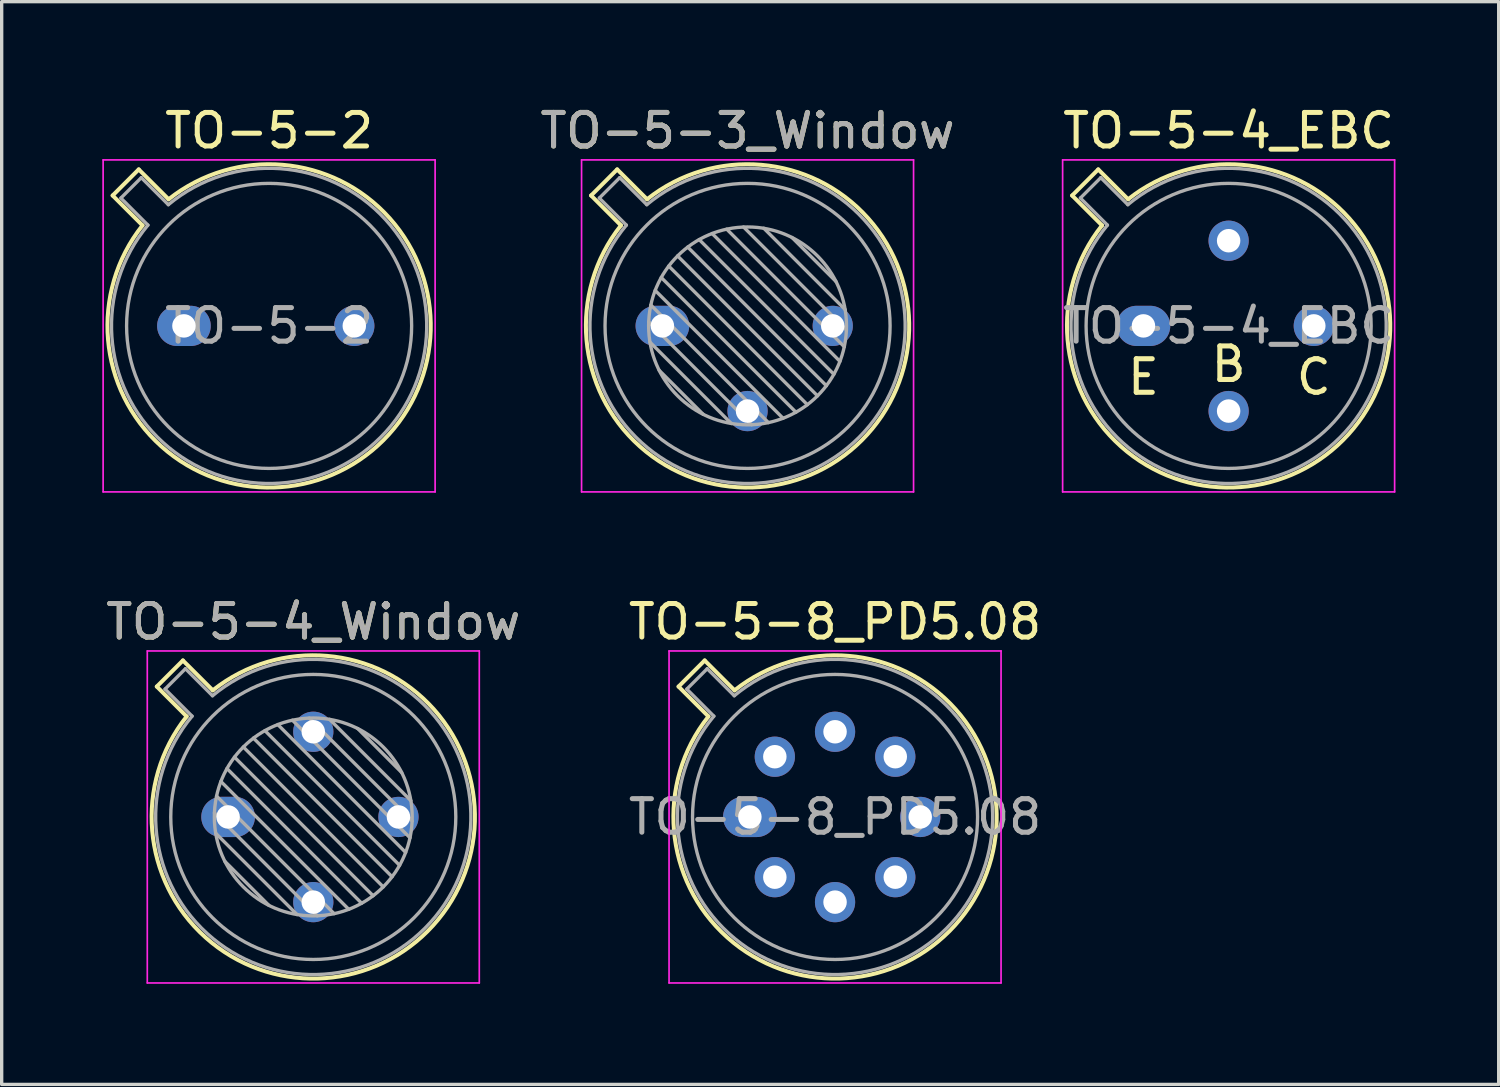
<source format=kicad_pcb>
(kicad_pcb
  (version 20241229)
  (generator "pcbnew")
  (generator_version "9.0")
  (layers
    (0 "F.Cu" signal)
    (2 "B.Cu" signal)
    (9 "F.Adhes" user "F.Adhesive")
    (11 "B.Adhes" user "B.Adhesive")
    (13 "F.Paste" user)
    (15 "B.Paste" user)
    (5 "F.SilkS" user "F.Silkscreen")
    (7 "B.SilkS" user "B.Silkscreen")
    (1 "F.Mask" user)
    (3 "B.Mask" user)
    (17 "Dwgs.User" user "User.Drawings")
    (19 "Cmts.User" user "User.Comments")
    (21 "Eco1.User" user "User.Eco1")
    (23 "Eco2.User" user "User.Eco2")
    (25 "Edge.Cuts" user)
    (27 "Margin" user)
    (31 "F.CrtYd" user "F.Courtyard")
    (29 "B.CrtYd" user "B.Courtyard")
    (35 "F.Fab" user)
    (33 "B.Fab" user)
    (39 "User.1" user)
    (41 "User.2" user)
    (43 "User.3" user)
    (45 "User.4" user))
  (footprint "TO-5-8_PD5.08"
    (layer "F.Cu")
    (at 19.311 21.311)
    (property "Reference" "TO-5-8_PD5.08" (at 2.54 -5.82 0) (layer "F.SilkS") (effects (font (size 1 1) (thickness 0.15))))
    (attr through_hole)
    (fp_line (start -2.126 -3.888) (end -1.235 -2.997) (stroke (width 0.12) (type solid)) (layer "F.SilkS"))
    (fp_line (start -1.348 -4.666) (end -2.126 -3.888) (stroke (width 0.12) (type solid)) (layer "F.SilkS"))
    (fp_line (start -0.457 -3.775) (end -1.348 -4.666) (stroke (width 0.12) (type solid)) (layer "F.SilkS"))
    (fp_arc (start -0.457084 -3.774902) (mid 5.948125 3.408384) (end -1.234674 -2.997371) (stroke (width 0.12) (type solid)) (layer "F.SilkS"))
    (fp_line (start -2.41 -4.95) (end -2.41 4.95) (stroke (width 0.05) (type solid)) (layer "F.CrtYd"))
    (fp_line (start -2.41 4.95) (end 7.49 4.95) (stroke (width 0.05) (type solid)) (layer "F.CrtYd"))
    (fp_line (start 7.49 -4.95) (end -2.41 -4.95) (stroke (width 0.05) (type solid)) (layer "F.CrtYd"))
    (fp_line (start 7.49 4.95) (end 7.49 -4.95) (stroke (width 0.05) (type solid)) (layer "F.CrtYd"))
    (fp_line (start -1.88 -3.812) (end -1.074 -3.005) (stroke (width 0.1) (type solid)) (layer "F.Fab"))
    (fp_line (start -1.272 -4.42) (end -1.88 -3.812) (stroke (width 0.1) (type solid)) (layer "F.Fab"))
    (fp_line (start -0.465 -3.614) (end -1.272 -4.42) (stroke (width 0.1) (type solid)) (layer "F.Fab"))
    (fp_arc (start -0.465408 -3.61352) (mid 5.863443 3.323361) (end -1.073594 -3.005319) (stroke (width 0.1) (type solid)) (layer "F.Fab"))
    (fp_circle (center 2.54 0) (end 6.79 0) (stroke (width 0.1) (type solid)) (fill no) (layer "F.Fab"))
    (fp_text user "${REFERENCE}" (at 2.54 0 0) (layer "F.Fab") (effects (font (size 1 1) (thickness 0.15))))
    (pad "1" thru_hole oval (at 0 0) (size 1.6 1.2) (drill 0.7) (layers "*.Cu" "*.Mask"))
    (pad "2" thru_hole oval (at 0.744 1.796) (size 1.2 1.2) (drill 0.7) (layers "*.Cu" "*.Mask"))
    (pad "3" thru_hole oval (at 2.54 2.54) (size 1.2 1.2) (drill 0.7) (layers "*.Cu" "*.Mask"))
    (pad "4" thru_hole oval (at 4.336 1.796) (size 1.2 1.2) (drill 0.7) (layers "*.Cu" "*.Mask"))
    (pad "5" thru_hole oval (at 5.08 0) (size 1.2 1.2) (drill 0.7) (layers "*.Cu" "*.Mask"))
    (pad "6" thru_hole oval (at 4.336 -1.796) (size 1.2 1.2) (drill 0.7) (layers "*.Cu" "*.Mask"))
    (pad "7" thru_hole oval (at 2.54 -2.54) (size 1.2 1.2) (drill 0.7) (layers "*.Cu" "*.Mask"))
    (pad "8" thru_hole oval (at 0.744 -1.796) (size 1.2 1.2) (drill 0.7) (layers "*.Cu" "*.Mask")))
  (footprint "TO-5-4_EBC"
    (layer "F.Cu")
    (at 31.047 6.668)
    (property "Reference" "TO-5-4_EBC" (at 2.54 -5.82 0) (layer "F.SilkS") (effects (font (size 1 1) (thickness 0.15))))
    (fp_line (start -2.126 -3.888) (end -1.235 -2.997) (stroke (width 0.12) (type solid)) (layer "F.SilkS"))
    (fp_line (start -1.348 -4.666) (end -2.126 -3.888) (stroke (width 0.12) (type solid)) (layer "F.SilkS"))
    (fp_line (start -0.457 -3.775) (end -1.348 -4.666) (stroke (width 0.12) (type solid)) (layer "F.SilkS"))
    (fp_arc (start -0.457084 -3.774902) (mid 5.948125 3.408384) (end -1.234674 -2.997371) (stroke (width 0.12) (type solid)) (layer "F.SilkS"))
    (fp_line (start -2.41 -4.95) (end -2.41 4.95) (stroke (width 0.05) (type solid)) (layer "F.CrtYd"))
    (fp_line (start -2.41 4.95) (end 7.49 4.95) (stroke (width 0.05) (type solid)) (layer "F.CrtYd"))
    (fp_line (start 7.49 -4.95) (end -2.41 -4.95) (stroke (width 0.05) (type solid)) (layer "F.CrtYd"))
    (fp_line (start 7.49 4.95) (end 7.49 -4.95) (stroke (width 0.05) (type solid)) (layer "F.CrtYd"))
    (fp_line (start -1.88 -3.812) (end -1.074 -3.005) (stroke (width 0.1) (type solid)) (layer "F.Fab"))
    (fp_line (start -1.272 -4.42) (end -1.88 -3.812) (stroke (width 0.1) (type solid)) (layer "F.Fab"))
    (fp_line (start -0.465 -3.614) (end -1.272 -4.42) (stroke (width 0.1) (type solid)) (layer "F.Fab"))
    (fp_arc (start -0.465408 -3.61352) (mid 5.863443 3.323361) (end -1.073594 -3.005319) (stroke (width 0.1) (type solid)) (layer "F.Fab"))
    (fp_circle (center 2.54 0) (end 6.79 0) (stroke (width 0.1) (type solid)) (fill no) (layer "F.Fab"))
    (fp_text user "B" (at 2.54 1.143 0) (unlocked yes) (layer "F.SilkS") (effects (font (size 1 1) (thickness 0.15))))
    (fp_text user "C" (at 5.08 1.524 0) (unlocked yes) (layer "F.SilkS") (effects (font (size 1 1) (thickness 0.15))))
    (fp_text user "E" (at 0 1.524 0) (unlocked yes) (layer "F.SilkS") (effects (font (size 1 1) (thickness 0.15))))
    (fp_text user "${REFERENCE}" (at 2.54 0 0) (layer "F.Fab") (effects (font (size 1 1) (thickness 0.15))))
    (pad "1" thru_hole oval (at 0 0) (size 1.6 1.2) (drill 0.7) (layers "*.Cu" "*.Mask"))
    (pad "2" thru_hole oval (at 2.54 2.54) (size 1.2 1.2) (drill 0.7) (layers "*.Cu" "*.Mask"))
    (pad "3" thru_hole oval (at 5.08 0) (size 1.2 1.2) (drill 0.7) (layers "*.Cu" "*.Mask"))
    (pad "4" thru_hole oval (at 2.54 -2.54) (size 1.2 1.2) (drill 0.7) (layers "*.Cu" "*.Mask")))
  (footprint "TO-5-2"
    (layer "F.Cu")
    (at 2.435 6.668)
    (property "Reference" "TO-5-2" (at 2.54 -5.82 0) (layer "F.SilkS") (effects (font (size 1 1) (thickness 0.15))))
    (attr through_hole)
    (fp_line (start -2.126 -3.888) (end -1.235 -2.997) (stroke (width 0.12) (type solid)) (layer "F.SilkS"))
    (fp_line (start -1.348 -4.666) (end -2.126 -3.888) (stroke (width 0.12) (type solid)) (layer "F.SilkS"))
    (fp_line (start -0.457 -3.775) (end -1.348 -4.666) (stroke (width 0.12) (type solid)) (layer "F.SilkS"))
    (fp_arc (start -0.457084 -3.774902) (mid 5.948125 3.408384) (end -1.234674 -2.997371) (stroke (width 0.12) (type solid)) (layer "F.SilkS"))
    (fp_line (start -2.41 -4.95) (end -2.41 4.95) (stroke (width 0.05) (type solid)) (layer "F.CrtYd"))
    (fp_line (start -2.41 4.95) (end 7.49 4.95) (stroke (width 0.05) (type solid)) (layer "F.CrtYd"))
    (fp_line (start 7.49 -4.95) (end -2.41 -4.95) (stroke (width 0.05) (type solid)) (layer "F.CrtYd"))
    (fp_line (start 7.49 4.95) (end 7.49 -4.95) (stroke (width 0.05) (type solid)) (layer "F.CrtYd"))
    (fp_line (start -1.88 -3.812) (end -1.074 -3.005) (stroke (width 0.1) (type solid)) (layer "F.Fab"))
    (fp_line (start -1.272 -4.42) (end -1.88 -3.812) (stroke (width 0.1) (type solid)) (layer "F.Fab"))
    (fp_line (start -0.465 -3.614) (end -1.272 -4.42) (stroke (width 0.1) (type solid)) (layer "F.Fab"))
    (fp_arc (start -0.465408 -3.61352) (mid 5.863443 3.323361) (end -1.073594 -3.005319) (stroke (width 0.1) (type solid)) (layer "F.Fab"))
    (fp_circle (center 2.54 0) (end 6.79 0) (stroke (width 0.1) (type solid)) (fill no) (layer "F.Fab"))
    (fp_text user "${REFERENCE}" (at 2.54 0 0) (layer "F.Fab") (effects (font (size 1 1) (thickness 0.15))))
    (pad "1" thru_hole oval (at 0 0) (size 1.6 1.2) (drill 0.7) (layers "*.Cu" "*.Mask"))
    (pad "2" thru_hole oval (at 5.08 0) (size 1.2 1.2) (drill 0.7) (layers "*.Cu" "*.Mask")))
  (footprint "TO-5-4_Window"
    (layer "F.Cu")
    (at 3.752 21.311)
    (property "Reference" "TO-5-4_Window" (at 2.54 -5.82 0) (layer "F.SilkS") (effects (font (size 1 1) (thickness 0.15))))
    (attr through_hole)
    (fp_line (start -2.126 -3.888) (end -1.235 -2.997) (stroke (width 0.12) (type solid)) (layer "F.SilkS"))
    (fp_line (start -1.348 -4.666) (end -2.126 -3.888) (stroke (width 0.12) (type solid)) (layer "F.SilkS"))
    (fp_line (start -0.457 -3.775) (end -1.348 -4.666) (stroke (width 0.12) (type solid)) (layer "F.SilkS"))
    (fp_arc (start -0.457084 -3.774902) (mid 5.948125 3.408384) (end -1.234674 -2.997371) (stroke (width 0.12) (type solid)) (layer "F.SilkS"))
    (fp_line (start -2.41 -4.95) (end -2.41 4.95) (stroke (width 0.05) (type solid)) (layer "F.CrtYd"))
    (fp_line (start -2.41 4.95) (end 7.49 4.95) (stroke (width 0.05) (type solid)) (layer "F.CrtYd"))
    (fp_line (start 7.49 -4.95) (end -2.41 -4.95) (stroke (width 0.05) (type solid)) (layer "F.CrtYd"))
    (fp_line (start 7.49 4.95) (end 7.49 -4.95) (stroke (width 0.05) (type solid)) (layer "F.CrtYd"))
    (fp_line (start -1.88 -3.812) (end -1.074 -3.005) (stroke (width 0.1) (type solid)) (layer "F.Fab"))
    (fp_line (start -1.272 -4.42) (end -1.88 -3.812) (stroke (width 0.1) (type solid)) (layer "F.Fab"))
    (fp_line (start -0.465 -3.614) (end -1.272 -4.42) (stroke (width 0.1) (type solid)) (layer "F.Fab"))
    (fp_line (start -0.408 -0.12) (end 2.66 2.948) (stroke (width 0.1) (type solid)) (layer "F.Fab"))
    (fp_line (start -0.371 0.485) (end 2.055 2.911) (stroke (width 0.1) (type solid)) (layer "F.Fab"))
    (fp_line (start -0.344 -0.622) (end 3.162 2.884) (stroke (width 0.1) (type solid)) (layer "F.Fab"))
    (fp_line (start -0.215 -1.058) (end 3.598 2.755) (stroke (width 0.1) (type solid)) (layer "F.Fab"))
    (fp_line (start -0.097 1.324) (end 1.216 2.637) (stroke (width 0.1) (type solid)) (layer "F.Fab"))
    (fp_line (start -0.034 -1.443) (end 3.983 2.574) (stroke (width 0.1) (type solid)) (layer "F.Fab"))
    (fp_line (start 0.19 -1.784) (end 4.324 2.35) (stroke (width 0.1) (type solid)) (layer "F.Fab"))
    (fp_line (start 0.454 -2.086) (end 4.626 2.086) (stroke (width 0.1) (type solid)) (layer "F.Fab"))
    (fp_line (start 0.756 -2.35) (end 4.89 1.784) (stroke (width 0.1) (type solid)) (layer "F.Fab"))
    (fp_line (start 1.097 -2.574) (end 5.114 1.443) (stroke (width 0.1) (type solid)) (layer "F.Fab"))
    (fp_line (start 1.482 -2.755) (end 5.295 1.058) (stroke (width 0.1) (type solid)) (layer "F.Fab"))
    (fp_line (start 1.918 -2.884) (end 5.424 0.622) (stroke (width 0.1) (type solid)) (layer "F.Fab"))
    (fp_line (start 2.42 -2.948) (end 5.488 0.12) (stroke (width 0.1) (type solid)) (layer "F.Fab"))
    (fp_line (start 3.025 -2.911) (end 5.451 -0.485) (stroke (width 0.1) (type solid)) (layer "F.Fab"))
    (fp_line (start 3.864 -2.637) (end 5.177 -1.324) (stroke (width 0.1) (type solid)) (layer "F.Fab"))
    (fp_arc (start -0.465408 -3.61352) (mid 5.863443 3.323361) (end -1.073594 -3.005319) (stroke (width 0.1) (type solid)) (layer "F.Fab"))
    (fp_circle (center 2.54 0) (end 5.49 0) (stroke (width 0.1) (type solid)) (fill no) (layer "F.Fab"))
    (fp_circle (center 2.54 0) (end 6.79 0) (stroke (width 0.1) (type solid)) (fill no) (layer "F.Fab"))
    (fp_text user "${REFERENCE}" (at 2.54 -5.82 0) (layer "F.Fab") (effects (font (size 1 1) (thickness 0.15))))
    (pad "1" thru_hole oval (at 0 0) (size 1.6 1.2) (drill 0.7) (layers "*.Cu" "*.Mask"))
    (pad "2" thru_hole oval (at 2.54 2.54) (size 1.2 1.2) (drill 0.7) (layers "*.Cu" "*.Mask"))
    (pad "3" thru_hole oval (at 5.08 0) (size 1.2 1.2) (drill 0.7) (layers "*.Cu" "*.Mask"))
    (pad "4" thru_hole oval (at 2.54 -2.54) (size 1.2 1.2) (drill 0.7) (layers "*.Cu" "*.Mask")))
  (footprint "TO-5-3_Window"
    (layer "F.Cu")
    (at 16.702 6.668)
    (property "Reference" "TO-5-3_Window" (at 2.54 -5.82 0) (layer "F.SilkS") (effects (font (size 1 1) (thickness 0.15))))
    (attr through_hole)
    (fp_line (start -2.126 -3.888) (end -1.235 -2.997) (stroke (width 0.12) (type solid)) (layer "F.SilkS"))
    (fp_line (start -1.348 -4.666) (end -2.126 -3.888) (stroke (width 0.12) (type solid)) (layer "F.SilkS"))
    (fp_line (start -0.457 -3.775) (end -1.348 -4.666) (stroke (width 0.12) (type solid)) (layer "F.SilkS"))
    (fp_arc (start -0.457084 -3.774902) (mid 5.948125 3.408384) (end -1.234674 -2.997371) (stroke (width 0.12) (type solid)) (layer "F.SilkS"))
    (fp_line (start -2.41 -4.95) (end -2.41 4.95) (stroke (width 0.05) (type solid)) (layer "F.CrtYd"))
    (fp_line (start -2.41 4.95) (end 7.49 4.95) (stroke (width 0.05) (type solid)) (layer "F.CrtYd"))
    (fp_line (start 7.49 -4.95) (end -2.41 -4.95) (stroke (width 0.05) (type solid)) (layer "F.CrtYd"))
    (fp_line (start 7.49 4.95) (end 7.49 -4.95) (stroke (width 0.05) (type solid)) (layer "F.CrtYd"))
    (fp_line (start -1.88 -3.812) (end -1.074 -3.005) (stroke (width 0.1) (type solid)) (layer "F.Fab"))
    (fp_line (start -1.272 -4.42) (end -1.88 -3.812) (stroke (width 0.1) (type solid)) (layer "F.Fab"))
    (fp_line (start -0.465 -3.614) (end -1.272 -4.42) (stroke (width 0.1) (type solid)) (layer "F.Fab"))
    (fp_line (start -0.408 -0.12) (end 2.66 2.948) (stroke (width 0.1) (type solid)) (layer "F.Fab"))
    (fp_line (start -0.371 0.485) (end 2.055 2.911) (stroke (width 0.1) (type solid)) (layer "F.Fab"))
    (fp_line (start -0.344 -0.622) (end 3.162 2.884) (stroke (width 0.1) (type solid)) (layer "F.Fab"))
    (fp_line (start -0.215 -1.058) (end 3.598 2.755) (stroke (width 0.1) (type solid)) (layer "F.Fab"))
    (fp_line (start -0.097 1.324) (end 1.216 2.637) (stroke (width 0.1) (type solid)) (layer "F.Fab"))
    (fp_line (start -0.034 -1.443) (end 3.983 2.574) (stroke (width 0.1) (type solid)) (layer "F.Fab"))
    (fp_line (start 0.19 -1.784) (end 4.324 2.35) (stroke (width 0.1) (type solid)) (layer "F.Fab"))
    (fp_line (start 0.454 -2.086) (end 4.626 2.086) (stroke (width 0.1) (type solid)) (layer "F.Fab"))
    (fp_line (start 0.756 -2.35) (end 4.89 1.784) (stroke (width 0.1) (type solid)) (layer "F.Fab"))
    (fp_line (start 1.097 -2.574) (end 5.114 1.443) (stroke (width 0.1) (type solid)) (layer "F.Fab"))
    (fp_line (start 1.482 -2.755) (end 5.295 1.058) (stroke (width 0.1) (type solid)) (layer "F.Fab"))
    (fp_line (start 1.918 -2.884) (end 5.424 0.622) (stroke (width 0.1) (type solid)) (layer "F.Fab"))
    (fp_line (start 2.42 -2.948) (end 5.488 0.12) (stroke (width 0.1) (type solid)) (layer "F.Fab"))
    (fp_line (start 3.025 -2.911) (end 5.451 -0.485) (stroke (width 0.1) (type solid)) (layer "F.Fab"))
    (fp_line (start 3.864 -2.637) (end 5.177 -1.324) (stroke (width 0.1) (type solid)) (layer "F.Fab"))
    (fp_arc (start -0.465408 -3.61352) (mid 5.863443 3.323361) (end -1.073594 -3.005319) (stroke (width 0.1) (type solid)) (layer "F.Fab"))
    (fp_circle (center 2.54 0) (end 5.49 0) (stroke (width 0.1) (type solid)) (fill no) (layer "F.Fab"))
    (fp_circle (center 2.54 0) (end 6.79 0) (stroke (width 0.1) (type solid)) (fill no) (layer "F.Fab"))
    (fp_text user "${REFERENCE}" (at 2.54 -5.82 0) (layer "F.Fab") (effects (font (size 1 1) (thickness 0.15))))
    (pad "1" thru_hole oval (at 0 0) (size 1.6 1.2) (drill 0.7) (layers "*.Cu" "*.Mask"))
    (pad "2" thru_hole oval (at 2.54 2.54) (size 1.2 1.2) (drill 0.7) (layers "*.Cu" "*.Mask"))
    (pad "3" thru_hole oval (at 5.08 0) (size 1.2 1.2) (drill 0.7) (layers "*.Cu" "*.Mask")))
  (gr_rect
    (start -3 -3)
    (end 41.64 29.287)
    (stroke (width 0.1) (type default))
    (fill no)
    (layer "Edge.Cuts")))
</source>
